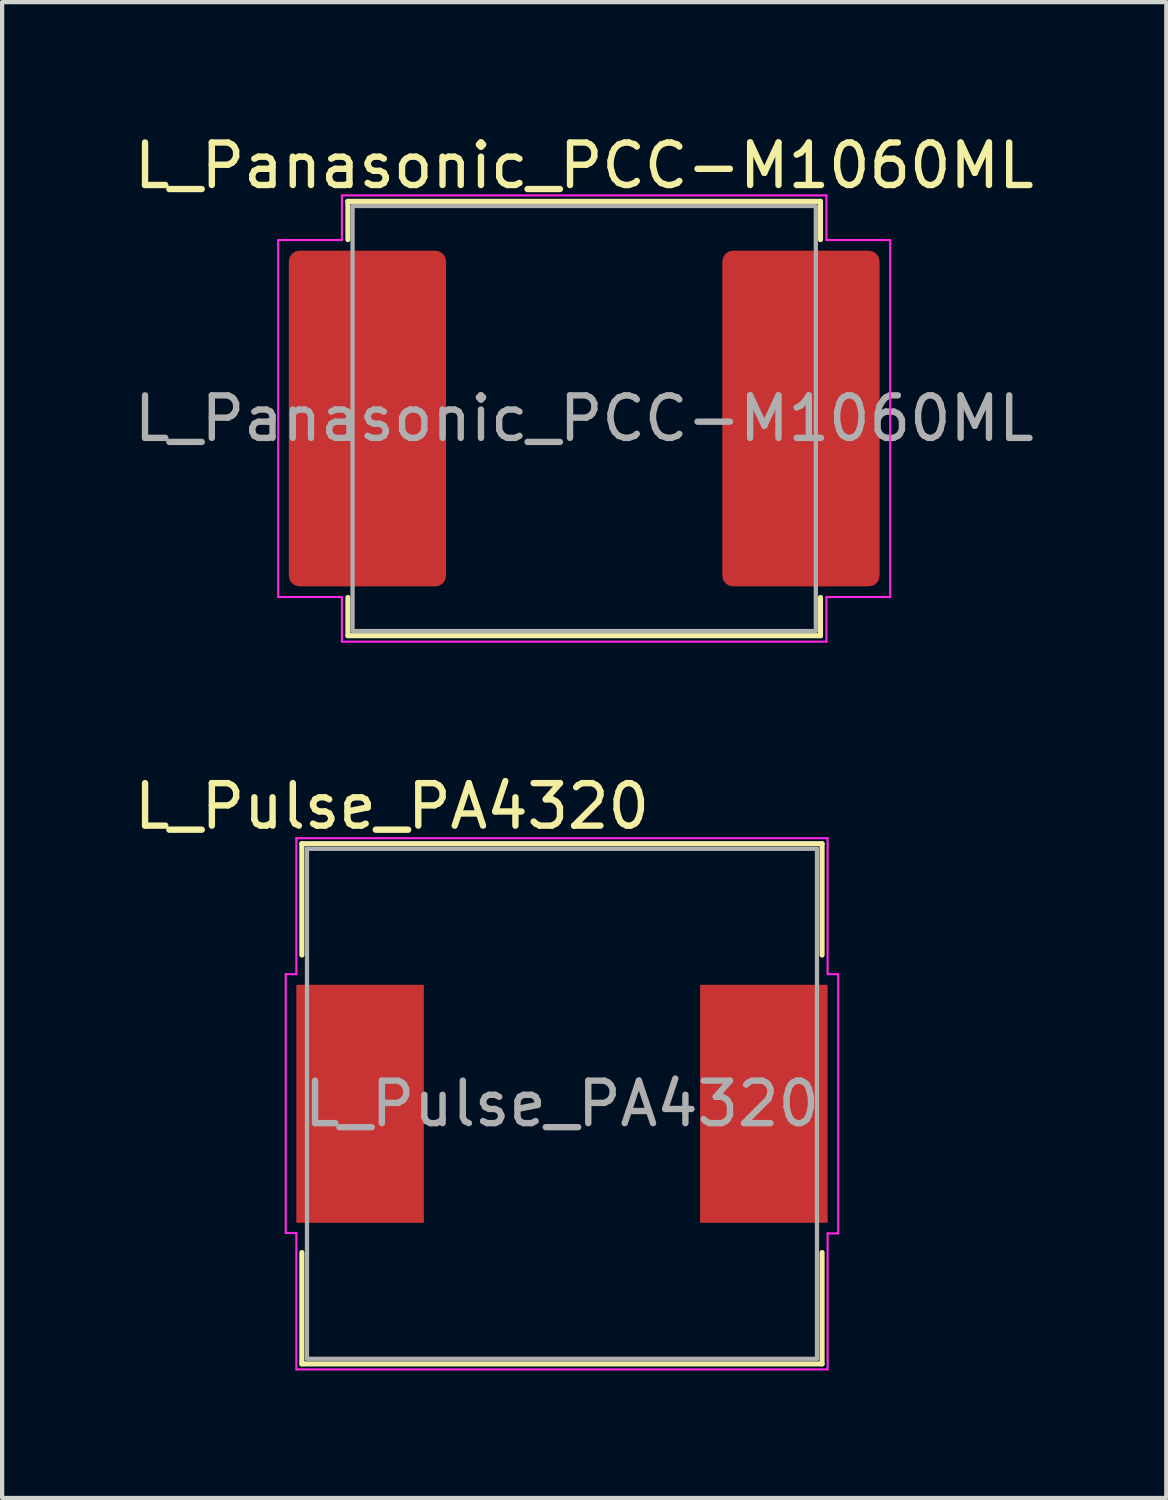
<source format=kicad_pcb>
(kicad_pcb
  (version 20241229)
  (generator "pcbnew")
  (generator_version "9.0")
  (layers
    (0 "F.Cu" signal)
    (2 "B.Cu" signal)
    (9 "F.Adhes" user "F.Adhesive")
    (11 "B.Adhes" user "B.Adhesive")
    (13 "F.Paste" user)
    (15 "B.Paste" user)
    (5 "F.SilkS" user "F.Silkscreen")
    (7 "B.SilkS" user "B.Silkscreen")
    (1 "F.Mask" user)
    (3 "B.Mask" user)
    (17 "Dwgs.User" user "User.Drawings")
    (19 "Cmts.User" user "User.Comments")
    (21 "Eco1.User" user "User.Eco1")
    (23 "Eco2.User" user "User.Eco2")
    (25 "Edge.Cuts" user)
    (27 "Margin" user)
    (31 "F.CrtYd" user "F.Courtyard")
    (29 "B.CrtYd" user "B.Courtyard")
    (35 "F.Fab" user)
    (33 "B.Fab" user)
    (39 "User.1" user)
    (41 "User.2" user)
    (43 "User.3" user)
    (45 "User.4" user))
  (footprint "L_Pulse_PA4320"
    (layer "F.Cu")
    (at 10.173 22.922)
    (property "Reference" "L_Pulse_PA4320" (at -4 -7 0) (layer "F.SilkS") (effects (font (size 1 1) (thickness 0.15))))
    (attr smd)
    (fp_line (start -6.12 -6.12) (end -6.12 -3.5) (stroke (width 0.12) (type solid)) (layer "F.SilkS"))
    (fp_line (start -6.12 -6.12) (end 6.12 -6.12) (stroke (width 0.12) (type solid)) (layer "F.SilkS"))
    (fp_line (start -6.12 3.5) (end -6.12 6.12) (stroke (width 0.12) (type solid)) (layer "F.SilkS"))
    (fp_line (start -6.12 6.12) (end 6.12 6.12) (stroke (width 0.12) (type solid)) (layer "F.SilkS"))
    (fp_line (start 6.12 -6.12) (end 6.12 -3.5) (stroke (width 0.12) (type solid)) (layer "F.SilkS"))
    (fp_line (start 6.12 3.5) (end 6.12 6.12) (stroke (width 0.12) (type solid)) (layer "F.SilkS"))
    (fp_line (start -6.5 3.04) (end -6.5 -3.05) (stroke (width 0.05) (type solid)) (layer "F.CrtYd"))
    (fp_line (start -6.25 -6.25) (end -6.25 -3.05) (stroke (width 0.05) (type solid)) (layer "F.CrtYd"))
    (fp_line (start -6.25 -6.25) (end 6.25 -6.25) (stroke (width 0.05) (type solid)) (layer "F.CrtYd"))
    (fp_line (start -6.25 -3.05) (end -6.5 -3.05) (stroke (width 0.05) (type solid)) (layer "F.CrtYd"))
    (fp_line (start -6.25 3.04) (end -6.5 3.04) (stroke (width 0.05) (type solid)) (layer "F.CrtYd"))
    (fp_line (start -6.25 3.04) (end -6.25 6.25) (stroke (width 0.05) (type solid)) (layer "F.CrtYd"))
    (fp_line (start 6.25 -6.25) (end 6.25 -3.05) (stroke (width 0.05) (type solid)) (layer "F.CrtYd"))
    (fp_line (start 6.25 -3.05) (end 6.5 -3.05) (stroke (width 0.05) (type solid)) (layer "F.CrtYd"))
    (fp_line (start 6.25 3.05) (end 6.25 6.25) (stroke (width 0.05) (type solid)) (layer "F.CrtYd"))
    (fp_line (start 6.25 6.25) (end -6.25 6.25) (stroke (width 0.05) (type solid)) (layer "F.CrtYd"))
    (fp_line (start 6.5 -3.05) (end 6.5 3.05) (stroke (width 0.05) (type solid)) (layer "F.CrtYd"))
    (fp_line (start 6.5 3.05) (end 6.25 3.05) (stroke (width 0.05) (type solid)) (layer "F.CrtYd"))
    (fp_line (start -6 -6) (end 6 -6) (stroke (width 0.1) (type solid)) (layer "F.Fab"))
    (fp_line (start -6 6) (end -6 -6) (stroke (width 0.1) (type solid)) (layer "F.Fab"))
    (fp_line (start 6 -6) (end 6 6) (stroke (width 0.1) (type solid)) (layer "F.Fab"))
    (fp_line (start 6 6) (end -6 6) (stroke (width 0.1) (type solid)) (layer "F.Fab"))
    (fp_text user "${REFERENCE}" (at 0 0 0) (layer "F.Fab") (effects (font (size 1 1) (thickness 0.15))))
    (pad "1" smd rect (at -4.75 0 90) (size 5.6 3) (layers "F.Cu" "F.Mask" "F.Paste"))
    (pad "2" smd rect (at 4.75 0 90) (size 5.6 3) (layers "F.Cu" "F.Mask" "F.Paste")))
  (footprint "L_Panasonic_PCC-M1060ML"
    (layer "F.Cu")
    (at 10.696 6.798)
    (property "Reference" "L_Panasonic_PCC-M1060ML" (at 0 -5.95 0) (layer "F.SilkS") (effects (font (size 1 1) (thickness 0.15))))
    (attr smd)
    (fp_line (start -5.56 -5.11) (end 5.56 -5.11) (stroke (width 0.12) (type solid)) (layer "F.SilkS"))
    (fp_line (start -5.56 -4.21) (end -5.56 -5.11) (stroke (width 0.12) (type solid)) (layer "F.SilkS"))
    (fp_line (start -5.56 5.11) (end -5.56 4.21) (stroke (width 0.12) (type solid)) (layer "F.SilkS"))
    (fp_line (start 5.56 -5.11) (end 5.56 -4.21) (stroke (width 0.12) (type solid)) (layer "F.SilkS"))
    (fp_line (start 5.56 4.21) (end 5.56 5.11) (stroke (width 0.12) (type solid)) (layer "F.SilkS"))
    (fp_line (start 5.56 5.11) (end -5.56 5.11) (stroke (width 0.12) (type solid)) (layer "F.SilkS"))
    (fp_line (start -7.2 -4.2) (end -5.7 -4.2) (stroke (width 0.05) (type solid)) (layer "F.CrtYd"))
    (fp_line (start -7.2 4.2) (end -7.2 -4.2) (stroke (width 0.05) (type solid)) (layer "F.CrtYd"))
    (fp_line (start -5.7 -5.25) (end 5.7 -5.25) (stroke (width 0.05) (type solid)) (layer "F.CrtYd"))
    (fp_line (start -5.7 -4.2) (end -5.7 -5.25) (stroke (width 0.05) (type solid)) (layer "F.CrtYd"))
    (fp_line (start -5.7 4.2) (end -7.2 4.2) (stroke (width 0.05) (type solid)) (layer "F.CrtYd"))
    (fp_line (start -5.7 5.25) (end -5.7 4.2) (stroke (width 0.05) (type solid)) (layer "F.CrtYd"))
    (fp_line (start 5.7 -5.25) (end 5.7 -4.2) (stroke (width 0.05) (type solid)) (layer "F.CrtYd"))
    (fp_line (start 5.7 -4.2) (end 7.2 -4.2) (stroke (width 0.05) (type solid)) (layer "F.CrtYd"))
    (fp_line (start 5.7 4.2) (end 5.7 5.25) (stroke (width 0.05) (type solid)) (layer "F.CrtYd"))
    (fp_line (start 5.7 5.25) (end -5.7 5.25) (stroke (width 0.05) (type solid)) (layer "F.CrtYd"))
    (fp_line (start 7.2 -4.2) (end 7.2 4.2) (stroke (width 0.05) (type solid)) (layer "F.CrtYd"))
    (fp_line (start 7.2 4.2) (end 5.7 4.2) (stroke (width 0.05) (type solid)) (layer "F.CrtYd"))
    (fp_rect (start -5.45 -5) (end 5.45 5) (stroke (width 0.1) (type solid)) (fill no) (layer "F.Fab"))
    (fp_text user "${REFERENCE}" (at 0 0 0) (layer "F.Fab") (effects (font (size 1 1) (thickness 0.15))))
    (pad "1" smd roundrect (at -5.1 0) (size 3.7 7.9) (layers "F.Cu" "F.Mask" "F.Paste") (roundrect_rratio 0.068))
    (pad "2" smd roundrect (at 5.1 0) (size 3.7 7.9) (layers "F.Cu" "F.Mask" "F.Paste") (roundrect_rratio 0.068)))
  (gr_rect
    (start -3 -3)
    (end 24.393 32.197)
    (stroke (width 0.1) (type default))
    (fill no)
    (layer "Edge.Cuts")))
</source>
